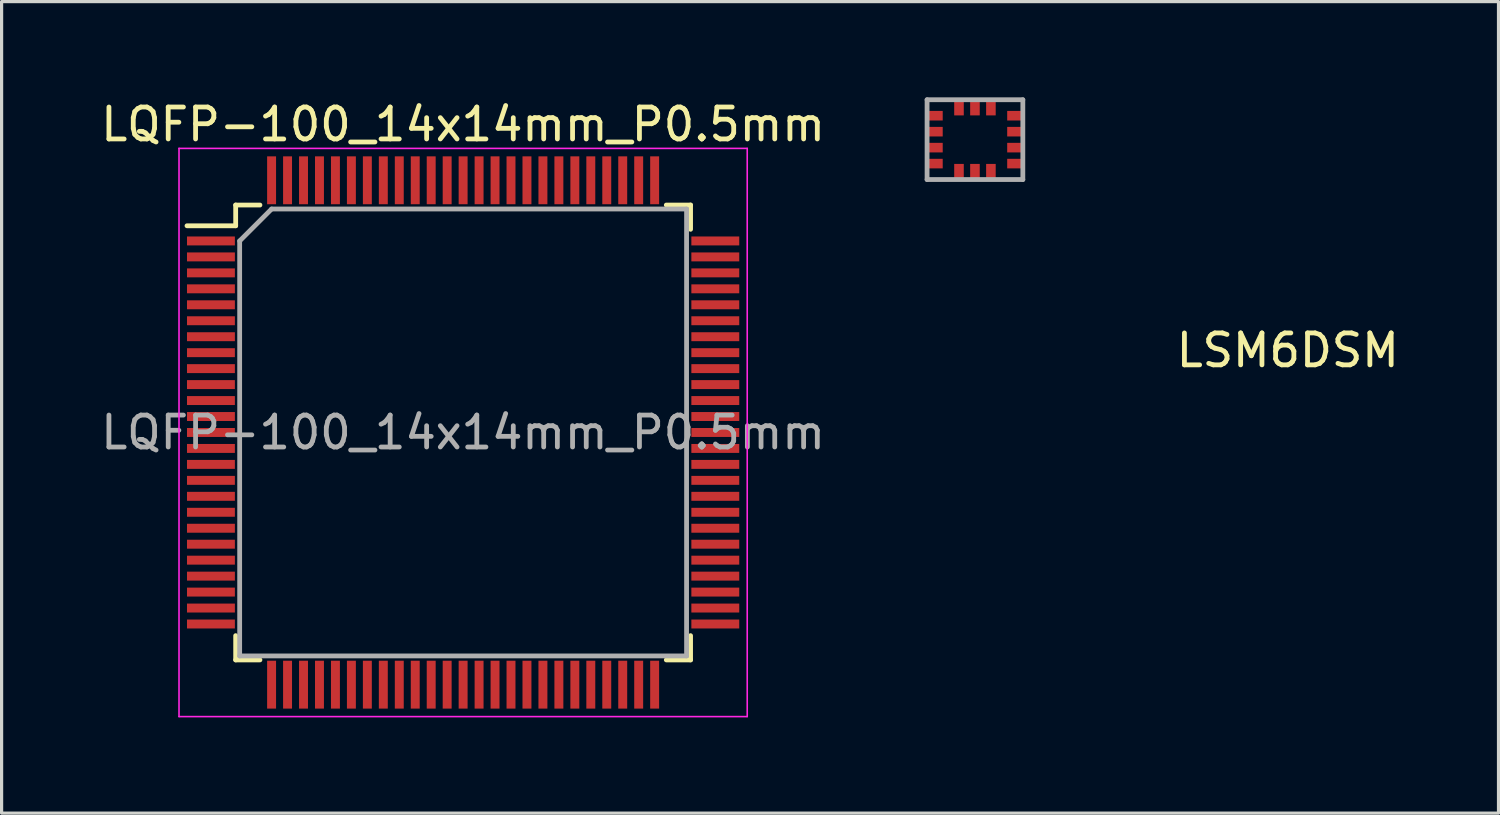
<source format=kicad_pcb>
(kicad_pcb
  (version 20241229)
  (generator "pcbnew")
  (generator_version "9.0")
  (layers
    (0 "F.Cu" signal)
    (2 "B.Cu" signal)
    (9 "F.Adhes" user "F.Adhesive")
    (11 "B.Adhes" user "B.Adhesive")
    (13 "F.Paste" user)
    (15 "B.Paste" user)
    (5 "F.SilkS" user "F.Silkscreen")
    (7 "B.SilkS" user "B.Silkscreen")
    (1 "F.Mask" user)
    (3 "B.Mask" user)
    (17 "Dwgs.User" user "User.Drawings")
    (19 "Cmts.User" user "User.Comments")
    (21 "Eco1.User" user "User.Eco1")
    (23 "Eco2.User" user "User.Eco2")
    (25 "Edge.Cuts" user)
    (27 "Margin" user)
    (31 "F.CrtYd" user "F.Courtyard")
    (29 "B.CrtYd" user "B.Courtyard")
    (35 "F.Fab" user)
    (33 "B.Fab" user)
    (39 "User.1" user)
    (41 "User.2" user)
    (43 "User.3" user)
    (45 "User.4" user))
  (footprint "LQFP-100_14x14mm_P0.5mm"
    (layer "F.Cu")
    (at 11.458 10.498)
    (property "Reference" "LQFP-100_14x14mm_P0.5mm" (at 0 -9.65 0) (layer "F.SilkS") (effects (font (size 1 1) (thickness 0.15))))
    (attr smd)
    (fp_line (start -7.125 -7.125) (end -7.125 -6.475) (stroke (width 0.15) (type solid)) (layer "F.SilkS"))
    (fp_line (start -7.125 -7.125) (end -6.365 -7.125) (stroke (width 0.15) (type solid)) (layer "F.SilkS"))
    (fp_line (start -7.125 -6.475) (end -8.65 -6.475) (stroke (width 0.15) (type solid)) (layer "F.SilkS"))
    (fp_line (start -7.125 7.125) (end -7.125 6.365) (stroke (width 0.15) (type solid)) (layer "F.SilkS"))
    (fp_line (start -7.125 7.125) (end -6.365 7.125) (stroke (width 0.15) (type solid)) (layer "F.SilkS"))
    (fp_line (start 7.125 -7.125) (end 6.365 -7.125) (stroke (width 0.15) (type solid)) (layer "F.SilkS"))
    (fp_line (start 7.125 -7.125) (end 7.125 -6.365) (stroke (width 0.15) (type solid)) (layer "F.SilkS"))
    (fp_line (start 7.125 7.125) (end 6.365 7.125) (stroke (width 0.15) (type solid)) (layer "F.SilkS"))
    (fp_line (start 7.125 7.125) (end 7.125 6.365) (stroke (width 0.15) (type solid)) (layer "F.SilkS"))
    (fp_line (start -8.9 -8.9) (end -8.9 8.9) (stroke (width 0.05) (type solid)) (layer "F.CrtYd"))
    (fp_line (start -8.9 -8.9) (end 8.9 -8.9) (stroke (width 0.05) (type solid)) (layer "F.CrtYd"))
    (fp_line (start -8.9 8.9) (end 8.9 8.9) (stroke (width 0.05) (type solid)) (layer "F.CrtYd"))
    (fp_line (start 8.9 -8.9) (end 8.9 8.9) (stroke (width 0.05) (type solid)) (layer "F.CrtYd"))
    (fp_line (start -7 -6) (end -6 -7) (stroke (width 0.15) (type solid)) (layer "F.Fab"))
    (fp_line (start -7 7) (end -7 -6) (stroke (width 0.15) (type solid)) (layer "F.Fab"))
    (fp_line (start -6 -7) (end 7 -7) (stroke (width 0.15) (type solid)) (layer "F.Fab"))
    (fp_line (start 7 -7) (end 7 7) (stroke (width 0.15) (type solid)) (layer "F.Fab"))
    (fp_line (start 7 7) (end -7 7) (stroke (width 0.15) (type solid)) (layer "F.Fab"))
    (fp_text user "${REFERENCE}" (at 0 0 0) (layer "F.Fab") (effects (font (size 1 1) (thickness 0.15))))
    (pad "1" smd rect (at -7.9 -6) (size 1.5 0.28) (layers "F.Cu" "F.Mask" "F.Paste"))
    (pad "2" smd rect (at -7.9 -5.5) (size 1.5 0.28) (layers "F.Cu" "F.Mask" "F.Paste"))
    (pad "3" smd rect (at -7.9 -5) (size 1.5 0.28) (layers "F.Cu" "F.Mask" "F.Paste"))
    (pad "4" smd rect (at -7.9 -4.5) (size 1.5 0.28) (layers "F.Cu" "F.Mask" "F.Paste"))
    (pad "5" smd rect (at -7.9 -4) (size 1.5 0.28) (layers "F.Cu" "F.Mask" "F.Paste"))
    (pad "6" smd rect (at -7.9 -3.5) (size 1.5 0.28) (layers "F.Cu" "F.Mask" "F.Paste"))
    (pad "7" smd rect (at -7.9 -3) (size 1.5 0.28) (layers "F.Cu" "F.Mask" "F.Paste"))
    (pad "8" smd rect (at -7.9 -2.5) (size 1.5 0.28) (layers "F.Cu" "F.Mask" "F.Paste"))
    (pad "9" smd rect (at -7.9 -2) (size 1.5 0.28) (layers "F.Cu" "F.Mask" "F.Paste"))
    (pad "10" smd rect (at -7.9 -1.5) (size 1.5 0.28) (layers "F.Cu" "F.Mask" "F.Paste"))
    (pad "11" smd rect (at -7.9 -1) (size 1.5 0.28) (layers "F.Cu" "F.Mask" "F.Paste"))
    (pad "12" smd rect (at -7.9 -0.5) (size 1.5 0.28) (layers "F.Cu" "F.Mask" "F.Paste"))
    (pad "13" smd rect (at -7.9 0) (size 1.5 0.28) (layers "F.Cu" "F.Mask" "F.Paste"))
    (pad "14" smd rect (at -7.9 0.5) (size 1.5 0.28) (layers "F.Cu" "F.Mask" "F.Paste"))
    (pad "15" smd rect (at -7.9 1) (size 1.5 0.28) (layers "F.Cu" "F.Mask" "F.Paste"))
    (pad "16" smd rect (at -7.9 1.5) (size 1.5 0.28) (layers "F.Cu" "F.Mask" "F.Paste"))
    (pad "17" smd rect (at -7.9 2) (size 1.5 0.28) (layers "F.Cu" "F.Mask" "F.Paste"))
    (pad "18" smd rect (at -7.9 2.5) (size 1.5 0.28) (layers "F.Cu" "F.Mask" "F.Paste"))
    (pad "19" smd rect (at -7.9 3) (size 1.5 0.28) (layers "F.Cu" "F.Mask" "F.Paste"))
    (pad "20" smd rect (at -7.9 3.5) (size 1.5 0.28) (layers "F.Cu" "F.Mask" "F.Paste"))
    (pad "21" smd rect (at -7.9 4) (size 1.5 0.28) (layers "F.Cu" "F.Mask" "F.Paste"))
    (pad "22" smd rect (at -7.9 4.5) (size 1.5 0.28) (layers "F.Cu" "F.Mask" "F.Paste"))
    (pad "23" smd rect (at -7.9 5) (size 1.5 0.28) (layers "F.Cu" "F.Mask" "F.Paste"))
    (pad "24" smd rect (at -7.9 5.5) (size 1.5 0.28) (layers "F.Cu" "F.Mask" "F.Paste"))
    (pad "25" smd rect (at -7.9 6) (size 1.5 0.28) (layers "F.Cu" "F.Mask" "F.Paste"))
    (pad "26" smd rect (at -6 7.9 90) (size 1.5 0.28) (layers "F.Cu" "F.Mask" "F.Paste"))
    (pad "27" smd rect (at -5.5 7.9 90) (size 1.5 0.28) (layers "F.Cu" "F.Mask" "F.Paste"))
    (pad "28" smd rect (at -5 7.9 90) (size 1.5 0.28) (layers "F.Cu" "F.Mask" "F.Paste"))
    (pad "29" smd rect (at -4.5 7.9 90) (size 1.5 0.28) (layers "F.Cu" "F.Mask" "F.Paste"))
    (pad "30" smd rect (at -4 7.9 90) (size 1.5 0.28) (layers "F.Cu" "F.Mask" "F.Paste"))
    (pad "31" smd rect (at -3.5 7.9 90) (size 1.5 0.28) (layers "F.Cu" "F.Mask" "F.Paste"))
    (pad "32" smd rect (at -3 7.9 90) (size 1.5 0.28) (layers "F.Cu" "F.Mask" "F.Paste"))
    (pad "33" smd rect (at -2.5 7.9 90) (size 1.5 0.28) (layers "F.Cu" "F.Mask" "F.Paste"))
    (pad "34" smd rect (at -2 7.9 90) (size 1.5 0.28) (layers "F.Cu" "F.Mask" "F.Paste"))
    (pad "35" smd rect (at -1.5 7.9 90) (size 1.5 0.28) (layers "F.Cu" "F.Mask" "F.Paste"))
    (pad "36" smd rect (at -1 7.9 90) (size 1.5 0.28) (layers "F.Cu" "F.Mask" "F.Paste"))
    (pad "37" smd rect (at -0.5 7.9 90) (size 1.5 0.28) (layers "F.Cu" "F.Mask" "F.Paste"))
    (pad "38" smd rect (at 0 7.9 90) (size 1.5 0.28) (layers "F.Cu" "F.Mask" "F.Paste"))
    (pad "39" smd rect (at 0.5 7.9 90) (size 1.5 0.28) (layers "F.Cu" "F.Mask" "F.Paste"))
    (pad "40" smd rect (at 1 7.9 90) (size 1.5 0.28) (layers "F.Cu" "F.Mask" "F.Paste"))
    (pad "41" smd rect (at 1.5 7.9 90) (size 1.5 0.28) (layers "F.Cu" "F.Mask" "F.Paste"))
    (pad "42" smd rect (at 2 7.9 90) (size 1.5 0.28) (layers "F.Cu" "F.Mask" "F.Paste"))
    (pad "43" smd rect (at 2.5 7.9 90) (size 1.5 0.28) (layers "F.Cu" "F.Mask" "F.Paste"))
    (pad "44" smd rect (at 3 7.9 90) (size 1.5 0.28) (layers "F.Cu" "F.Mask" "F.Paste"))
    (pad "45" smd rect (at 3.5 7.9 90) (size 1.5 0.28) (layers "F.Cu" "F.Mask" "F.Paste"))
    (pad "46" smd rect (at 4 7.9 90) (size 1.5 0.28) (layers "F.Cu" "F.Mask" "F.Paste"))
    (pad "47" smd rect (at 4.5 7.9 90) (size 1.5 0.28) (layers "F.Cu" "F.Mask" "F.Paste"))
    (pad "48" smd rect (at 5 7.9 90) (size 1.5 0.28) (layers "F.Cu" "F.Mask" "F.Paste"))
    (pad "49" smd rect (at 5.5 7.9 90) (size 1.5 0.28) (layers "F.Cu" "F.Mask" "F.Paste"))
    (pad "50" smd rect (at 6 7.9 90) (size 1.5 0.28) (layers "F.Cu" "F.Mask" "F.Paste"))
    (pad "51" smd rect (at 7.9 6) (size 1.5 0.28) (layers "F.Cu" "F.Mask" "F.Paste"))
    (pad "52" smd rect (at 7.9 5.5) (size 1.5 0.28) (layers "F.Cu" "F.Mask" "F.Paste"))
    (pad "53" smd rect (at 7.9 5) (size 1.5 0.28) (layers "F.Cu" "F.Mask" "F.Paste"))
    (pad "54" smd rect (at 7.9 4.5) (size 1.5 0.28) (layers "F.Cu" "F.Mask" "F.Paste"))
    (pad "55" smd rect (at 7.9 4) (size 1.5 0.28) (layers "F.Cu" "F.Mask" "F.Paste"))
    (pad "56" smd rect (at 7.9 3.5) (size 1.5 0.28) (layers "F.Cu" "F.Mask" "F.Paste"))
    (pad "57" smd rect (at 7.9 3) (size 1.5 0.28) (layers "F.Cu" "F.Mask" "F.Paste"))
    (pad "58" smd rect (at 7.9 2.5) (size 1.5 0.28) (layers "F.Cu" "F.Mask" "F.Paste"))
    (pad "59" smd rect (at 7.9 2) (size 1.5 0.28) (layers "F.Cu" "F.Mask" "F.Paste"))
    (pad "60" smd rect (at 7.9 1.5) (size 1.5 0.28) (layers "F.Cu" "F.Mask" "F.Paste"))
    (pad "61" smd rect (at 7.9 1) (size 1.5 0.28) (layers "F.Cu" "F.Mask" "F.Paste"))
    (pad "62" smd rect (at 7.9 0.5) (size 1.5 0.28) (layers "F.Cu" "F.Mask" "F.Paste"))
    (pad "63" smd rect (at 7.9 0) (size 1.5 0.28) (layers "F.Cu" "F.Mask" "F.Paste"))
    (pad "64" smd rect (at 7.9 -0.5) (size 1.5 0.28) (layers "F.Cu" "F.Mask" "F.Paste"))
    (pad "65" smd rect (at 7.9 -1) (size 1.5 0.28) (layers "F.Cu" "F.Mask" "F.Paste"))
    (pad "66" smd rect (at 7.9 -1.5) (size 1.5 0.28) (layers "F.Cu" "F.Mask" "F.Paste"))
    (pad "67" smd rect (at 7.9 -2) (size 1.5 0.28) (layers "F.Cu" "F.Mask" "F.Paste"))
    (pad "68" smd rect (at 7.9 -2.5) (size 1.5 0.28) (layers "F.Cu" "F.Mask" "F.Paste"))
    (pad "69" smd rect (at 7.9 -3) (size 1.5 0.28) (layers "F.Cu" "F.Mask" "F.Paste"))
    (pad "70" smd rect (at 7.9 -3.5) (size 1.5 0.28) (layers "F.Cu" "F.Mask" "F.Paste"))
    (pad "71" smd rect (at 7.9 -4) (size 1.5 0.28) (layers "F.Cu" "F.Mask" "F.Paste"))
    (pad "72" smd rect (at 7.9 -4.5) (size 1.5 0.28) (layers "F.Cu" "F.Mask" "F.Paste"))
    (pad "73" smd rect (at 7.9 -5) (size 1.5 0.28) (layers "F.Cu" "F.Mask" "F.Paste"))
    (pad "74" smd rect (at 7.9 -5.5) (size 1.5 0.28) (layers "F.Cu" "F.Mask" "F.Paste"))
    (pad "75" smd rect (at 7.9 -6) (size 1.5 0.28) (layers "F.Cu" "F.Mask" "F.Paste"))
    (pad "76" smd rect (at 6 -7.9 90) (size 1.5 0.28) (layers "F.Cu" "F.Mask" "F.Paste"))
    (pad "77" smd rect (at 5.5 -7.9 90) (size 1.5 0.28) (layers "F.Cu" "F.Mask" "F.Paste"))
    (pad "78" smd rect (at 5 -7.9 90) (size 1.5 0.28) (layers "F.Cu" "F.Mask" "F.Paste"))
    (pad "79" smd rect (at 4.5 -7.9 90) (size 1.5 0.28) (layers "F.Cu" "F.Mask" "F.Paste"))
    (pad "80" smd rect (at 4 -7.9 90) (size 1.5 0.28) (layers "F.Cu" "F.Mask" "F.Paste"))
    (pad "81" smd rect (at 3.5 -7.9 90) (size 1.5 0.28) (layers "F.Cu" "F.Mask" "F.Paste"))
    (pad "82" smd rect (at 3 -7.9 90) (size 1.5 0.28) (layers "F.Cu" "F.Mask" "F.Paste"))
    (pad "83" smd rect (at 2.5 -7.9 90) (size 1.5 0.28) (layers "F.Cu" "F.Mask" "F.Paste"))
    (pad "84" smd rect (at 2 -7.9 90) (size 1.5 0.28) (layers "F.Cu" "F.Mask" "F.Paste"))
    (pad "85" smd rect (at 1.5 -7.9 90) (size 1.5 0.28) (layers "F.Cu" "F.Mask" "F.Paste"))
    (pad "86" smd rect (at 1 -7.9 90) (size 1.5 0.28) (layers "F.Cu" "F.Mask" "F.Paste"))
    (pad "87" smd rect (at 0.5 -7.9 90) (size 1.5 0.28) (layers "F.Cu" "F.Mask" "F.Paste"))
    (pad "88" smd rect (at 0 -7.9 90) (size 1.5 0.28) (layers "F.Cu" "F.Mask" "F.Paste"))
    (pad "89" smd rect (at -0.5 -7.9 90) (size 1.5 0.28) (layers "F.Cu" "F.Mask" "F.Paste"))
    (pad "90" smd rect (at -1 -7.9 90) (size 1.5 0.28) (layers "F.Cu" "F.Mask" "F.Paste"))
    (pad "91" smd rect (at -1.5 -7.9 90) (size 1.5 0.28) (layers "F.Cu" "F.Mask" "F.Paste"))
    (pad "92" smd rect (at -2 -7.9 90) (size 1.5 0.28) (layers "F.Cu" "F.Mask" "F.Paste"))
    (pad "93" smd rect (at -2.5 -7.9 90) (size 1.5 0.28) (layers "F.Cu" "F.Mask" "F.Paste"))
    (pad "94" smd rect (at -3 -7.9 90) (size 1.5 0.28) (layers "F.Cu" "F.Mask" "F.Paste"))
    (pad "95" smd rect (at -3.5 -7.9 90) (size 1.5 0.28) (layers "F.Cu" "F.Mask" "F.Paste"))
    (pad "96" smd rect (at -4 -7.9 90) (size 1.5 0.28) (layers "F.Cu" "F.Mask" "F.Paste"))
    (pad "97" smd rect (at -4.5 -7.9 90) (size 1.5 0.28) (layers "F.Cu" "F.Mask" "F.Paste"))
    (pad "98" smd rect (at -5 -7.9 90) (size 1.5 0.28) (layers "F.Cu" "F.Mask" "F.Paste"))
    (pad "99" smd rect (at -5.5 -7.9 90) (size 1.5 0.28) (layers "F.Cu" "F.Mask" "F.Paste"))
    (pad "100" smd rect (at -6 -7.9 90) (size 1.5 0.28) (layers "F.Cu" "F.Mask" "F.Paste")))
  (footprint "LSM6DSM"
    (layer "F.Cu")
    (at 27.492 1.325)
    (property "Reference" "LSM6DSM" (at 9.8 6.6 0) (layer "F.SilkS") (effects (font (size 1 1) (thickness 0.15))))
    (attr through_hole)
    (fp_line (start -1.5 -1.25) (end -1.5 1.25) (stroke (width 0.15) (type solid)) (layer "F.Fab"))
    (fp_line (start -1.5 -1.25) (end 1.5 -1.25) (stroke (width 0.15) (type solid)) (layer "F.Fab"))
    (fp_line (start -1.5 1.25) (end 1.5 1.25) (stroke (width 0.15) (type solid)) (layer "F.Fab"))
    (fp_line (start 1.5 -1.25) (end 1.5 1.25) (stroke (width 0.15) (type solid)) (layer "F.Fab"))
    (pad "1" smd rect (at -1.25 -0.75) (size 0.48 0.3) (layers "F.Cu" "F.Mask" "F.Paste"))
    (pad "2" smd rect (at -1.25 -0.25) (size 0.48 0.3) (layers "F.Cu" "F.Mask" "F.Paste"))
    (pad "3" smd rect (at -1.25 0.25) (size 0.48 0.3) (layers "F.Cu" "F.Mask" "F.Paste"))
    (pad "4" smd rect (at -1.25 0.75) (size 0.48 0.3) (layers "F.Cu" "F.Mask" "F.Paste"))
    (pad "5" smd rect (at -0.5 1) (size 0.3 0.48) (layers "F.Cu" "F.Mask" "F.Paste"))
    (pad "6" smd rect (at 0 1) (size 0.3 0.48) (layers "F.Cu" "F.Mask" "F.Paste"))
    (pad "7" smd rect (at 0.5 1) (size 0.3 0.48) (layers "F.Cu" "F.Mask" "F.Paste"))
    (pad "8" smd rect (at 1.25 0.75) (size 0.48 0.3) (layers "F.Cu" "F.Mask" "F.Paste"))
    (pad "9" smd rect (at 1.25 0.25) (size 0.48 0.3) (layers "F.Cu" "F.Mask" "F.Paste"))
    (pad "10" smd rect (at 1.25 -0.25) (size 0.48 0.3) (layers "F.Cu" "F.Mask" "F.Paste"))
    (pad "11" smd rect (at 1.25 -0.75) (size 0.48 0.3) (layers "F.Cu" "F.Mask" "F.Paste"))
    (pad "12" smd rect (at 0.5 -1) (size 0.3 0.48) (layers "F.Cu" "F.Mask" "F.Paste"))
    (pad "13" smd rect (at 0 -1) (size 0.3 0.48) (layers "F.Cu" "F.Mask" "F.Paste"))
    (pad "14" smd rect (at -0.5 -1) (size 0.3 0.48) (layers "F.Cu" "F.Mask" "F.Paste")))
  (gr_rect
    (start -3 -3)
    (end 43.893 22.423)
    (stroke (width 0.1) (type default))
    (fill no)
    (layer "Edge.Cuts")))
</source>
